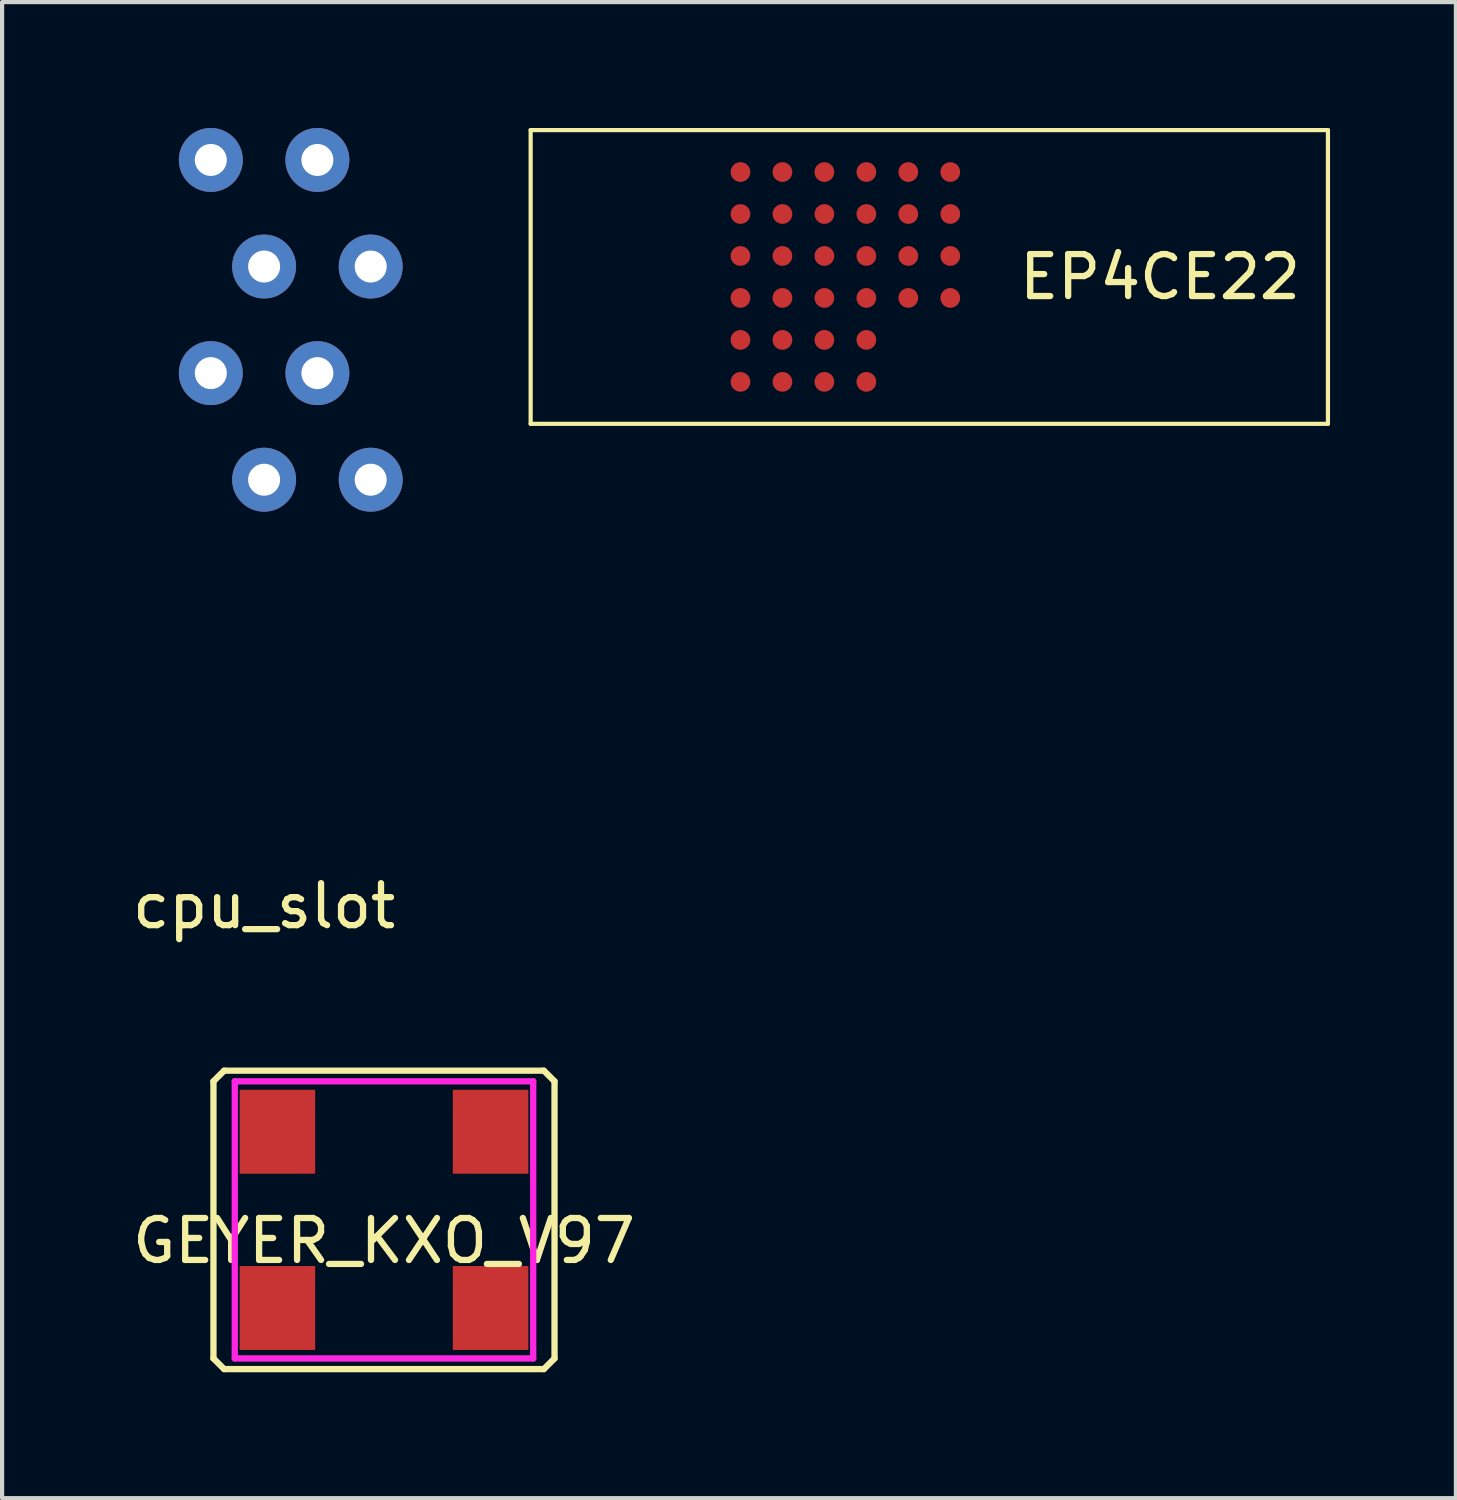
<source format=kicad_pcb>
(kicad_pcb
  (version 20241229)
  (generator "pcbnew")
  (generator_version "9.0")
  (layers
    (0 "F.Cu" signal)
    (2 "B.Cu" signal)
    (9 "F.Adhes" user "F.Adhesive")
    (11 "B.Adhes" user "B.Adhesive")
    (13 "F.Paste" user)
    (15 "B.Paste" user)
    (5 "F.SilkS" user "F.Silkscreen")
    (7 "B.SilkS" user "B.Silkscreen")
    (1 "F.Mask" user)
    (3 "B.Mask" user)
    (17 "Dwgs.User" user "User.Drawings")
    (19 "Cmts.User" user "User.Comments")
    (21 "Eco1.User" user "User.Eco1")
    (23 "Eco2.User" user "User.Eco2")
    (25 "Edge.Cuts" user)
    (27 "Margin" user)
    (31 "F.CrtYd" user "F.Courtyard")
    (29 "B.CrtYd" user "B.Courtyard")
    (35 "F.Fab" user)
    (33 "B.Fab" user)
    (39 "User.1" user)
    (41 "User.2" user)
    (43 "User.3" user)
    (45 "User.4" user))
  (footprint "GEYER_KXO_V97"
    (layer "F.Cu")
    (at 6.101 26.021)
    (property "Reference" "GEYER_KXO_V97" (at 0 0.5 0) (layer "F.SilkS") (effects (font (size 1 1) (thickness 0.15))))
    (attr through_hole)
    (fp_line (start -4.064 -3.302) (end -3.81 -3.556) (stroke (width 0.15) (type solid)) (layer "F.SilkS"))
    (fp_line (start -4.064 3.302) (end -4.064 -3.302) (stroke (width 0.15) (type solid)) (layer "F.SilkS"))
    (fp_line (start -3.81 -3.556) (end 3.81 -3.556) (stroke (width 0.15) (type solid)) (layer "F.SilkS"))
    (fp_line (start -3.81 3.556) (end -4.064 3.302) (stroke (width 0.15) (type solid)) (layer "F.SilkS"))
    (fp_line (start -3.81 3.556) (end 3.81 3.556) (stroke (width 0.15) (type solid)) (layer "F.SilkS"))
    (fp_line (start 3.81 -3.556) (end 4.064 -3.302) (stroke (width 0.15) (type solid)) (layer "F.SilkS"))
    (fp_line (start 4.064 3.302) (end 3.81 3.556) (stroke (width 0.15) (type solid)) (layer "F.SilkS"))
    (fp_line (start 4.064 3.302) (end 4.064 -3.302) (stroke (width 0.15) (type solid)) (layer "F.SilkS"))
    (fp_line (start -3.556 -3.302) (end 3.556 -3.302) (stroke (width 0.15) (type solid)) (layer "F.CrtYd"))
    (fp_line (start -3.556 3.302) (end -3.556 -3.302) (stroke (width 0.15) (type solid)) (layer "F.CrtYd"))
    (fp_line (start 3.556 -3.302) (end 3.556 3.302) (stroke (width 0.15) (type solid)) (layer "F.CrtYd"))
    (fp_line (start 3.556 3.302) (end -3.556 3.302) (stroke (width 0.15) (type solid)) (layer "F.CrtYd"))
    (pad "1" smd rect (at -2.54 2.1) (size 1.8 2) (layers "F.Cu" "F.Mask" "F.Paste"))
    (pad "2" smd rect (at 2.54 2.1) (size 1.8 2) (layers "F.Cu" "F.Mask" "F.Paste"))
    (pad "3" smd rect (at 2.54 -2.1) (size 1.8 2) (layers "F.Cu" "F.Mask" "F.Paste"))
    (pad "4" smd rect (at -2.54 -2.1) (size 1.8 2) (layers "F.Cu" "F.Mask" "F.Paste")))
  (footprint "EP4CE22"
    (layer "F.Cu")
    (at 24.596 3.05)
    (property "Reference" "EP4CE22" (at 0 0.5 0) (layer "F.SilkS") (effects (font (size 1 1) (thickness 0.15))))
    (attr through_hole)
    (fp_line (start -15 -3) (end 4 -3) (stroke (width 0.1) (type solid)) (layer "F.SilkS"))
    (fp_line (start -15 4) (end -15 -3) (stroke (width 0.1) (type solid)) (layer "F.SilkS"))
    (fp_line (start 4 -3) (end 4 4) (stroke (width 0.1) (type solid)) (layer "F.SilkS"))
    (fp_line (start 4 4) (end -15 4) (stroke (width 0.1) (type solid)) (layer "F.SilkS"))
    (pad "1" smd circle (at -10 -2) (size 0.47 0.47) (layers "F.Cu" "F.Mask" "F.Paste"))
    (pad "2" smd circle (at -9 -2) (size 0.47 0.47) (layers "F.Cu" "F.Mask" "F.Paste"))
    (pad "3" smd circle (at -8 -2) (size 0.47 0.47) (layers "F.Cu" "F.Mask" "F.Paste"))
    (pad "4" smd circle (at -7 -2) (size 0.47 0.47) (layers "F.Cu" "F.Mask" "F.Paste"))
    (pad "5" smd circle (at -6 -2) (size 0.47 0.47) (layers "F.Cu" "F.Mask" "F.Paste"))
    (pad "6" smd circle (at -5 -2) (size 0.47 0.47) (layers "F.Cu" "F.Mask" "F.Paste"))
    (pad "7" smd circle (at -10 -1) (size 0.47 0.47) (layers "F.Cu" "F.Mask" "F.Paste"))
    (pad "8" smd circle (at -9 -1) (size 0.47 0.47) (layers "F.Cu" "F.Mask" "F.Paste"))
    (pad "9" smd circle (at -8 -1) (size 0.47 0.47) (layers "F.Cu" "F.Mask" "F.Paste"))
    (pad "10" smd circle (at -7 -1) (size 0.47 0.47) (layers "F.Cu" "F.Mask" "F.Paste"))
    (pad "11" smd circle (at -6 -1) (size 0.47 0.47) (layers "F.Cu" "F.Mask" "F.Paste"))
    (pad "12" smd circle (at -5 -1) (size 0.47 0.47) (layers "F.Cu" "F.Mask" "F.Paste"))
    (pad "13" smd circle (at -10 0) (size 0.47 0.47) (layers "F.Cu" "F.Mask" "F.Paste"))
    (pad "14" smd circle (at -9 0) (size 0.47 0.47) (layers "F.Cu" "F.Mask" "F.Paste"))
    (pad "15" smd circle (at -8 0) (size 0.47 0.47) (layers "F.Cu" "F.Mask" "F.Paste"))
    (pad "16" smd circle (at -7 0) (size 0.47 0.47) (layers "F.Cu" "F.Mask" "F.Paste"))
    (pad "17" smd circle (at -6 0) (size 0.47 0.47) (layers "F.Cu" "F.Mask" "F.Paste"))
    (pad "18" smd circle (at -5 0) (size 0.47 0.47) (layers "F.Cu" "F.Mask" "F.Paste"))
    (pad "19" smd circle (at -10 1) (size 0.47 0.47) (layers "F.Cu" "F.Mask" "F.Paste"))
    (pad "20" smd circle (at -9 1) (size 0.47 0.47) (layers "F.Cu" "F.Mask" "F.Paste"))
    (pad "21" smd circle (at -8 1) (size 0.47 0.47) (layers "F.Cu" "F.Mask" "F.Paste"))
    (pad "22" smd circle (at -7 1) (size 0.47 0.47) (layers "F.Cu" "F.Mask" "F.Paste"))
    (pad "23" smd circle (at -6 1) (size 0.47 0.47) (layers "F.Cu" "F.Mask" "F.Paste"))
    (pad "24" smd circle (at -5 1) (size 0.47 0.47) (layers "F.Cu" "F.Mask" "F.Paste"))
    (pad "25" smd circle (at -7 2) (size 0.47 0.47) (layers "F.Cu" "F.Mask" "F.Paste"))
    (pad "26" smd circle (at -8 2) (size 0.47 0.47) (layers "F.Cu" "F.Mask" "F.Paste"))
    (pad "27" smd circle (at -9 2) (size 0.47 0.47) (layers "F.Cu" "F.Mask" "F.Paste"))
    (pad "28" smd circle (at -10 2) (size 0.47 0.47) (layers "F.Cu" "F.Mask" "F.Paste"))
    (pad "29" smd circle (at -10 3) (size 0.47 0.47) (layers "F.Cu" "F.Mask" "F.Paste"))
    (pad "30" smd circle (at -9 3) (size 0.47 0.47) (layers "F.Cu" "F.Mask" "F.Paste"))
    (pad "31" smd circle (at -8 3) (size 0.47 0.47) (layers "F.Cu" "F.Mask" "F.Paste"))
    (pad "32" smd circle (at -7 3) (size 0.47 0.47) (layers "F.Cu" "F.Mask" "F.Paste")))
  (footprint "cpu_slot"
    (layer "F.Cu")
    (at 3.244 4.572)
    (property "Reference" "cpu_slot" (at 0 13.97 0) (layer "F.SilkS") (effects (font (size 1 1) (thickness 0.15))))
    (attr through_hole)
    (pad "1" thru_hole circle (at 0 -1.27) (size 1.524 1.524) (drill 0.762) (layers "*.Cu" "*.Mask"))
    (pad "2" thru_hole circle (at 0 3.81) (size 1.524 1.524) (drill 0.762) (layers "*.Cu" "*.Mask"))
    (pad "3" thru_hole circle (at -1.27 -3.81) (size 1.524 1.524) (drill 0.762) (layers "*.Cu" "*.Mask"))
    (pad "4" thru_hole circle (at -1.27 1.27) (size 1.524 1.524) (drill 0.762) (layers "*.Cu" "*.Mask"))
    (pad "5" thru_hole circle (at 2.54 -1.27) (size 1.524 1.524) (drill 0.762) (layers "*.Cu" "*.Mask"))
    (pad "6" thru_hole circle (at 2.54 3.81) (size 1.524 1.524) (drill 0.762) (layers "*.Cu" "*.Mask"))
    (pad "7" thru_hole circle (at 1.27 -3.81) (size 1.524 1.524) (drill 0.762) (layers "*.Cu" "*.Mask"))
    (pad "8" thru_hole circle (at 1.27 1.27) (size 1.524 1.524) (drill 0.762) (layers "*.Cu" "*.Mask")))
  (gr_rect
    (start -3 -3)
    (end 31.646 32.652)
    (stroke (width 0.1) (type default))
    (fill no)
    (layer "Edge.Cuts")))
</source>
